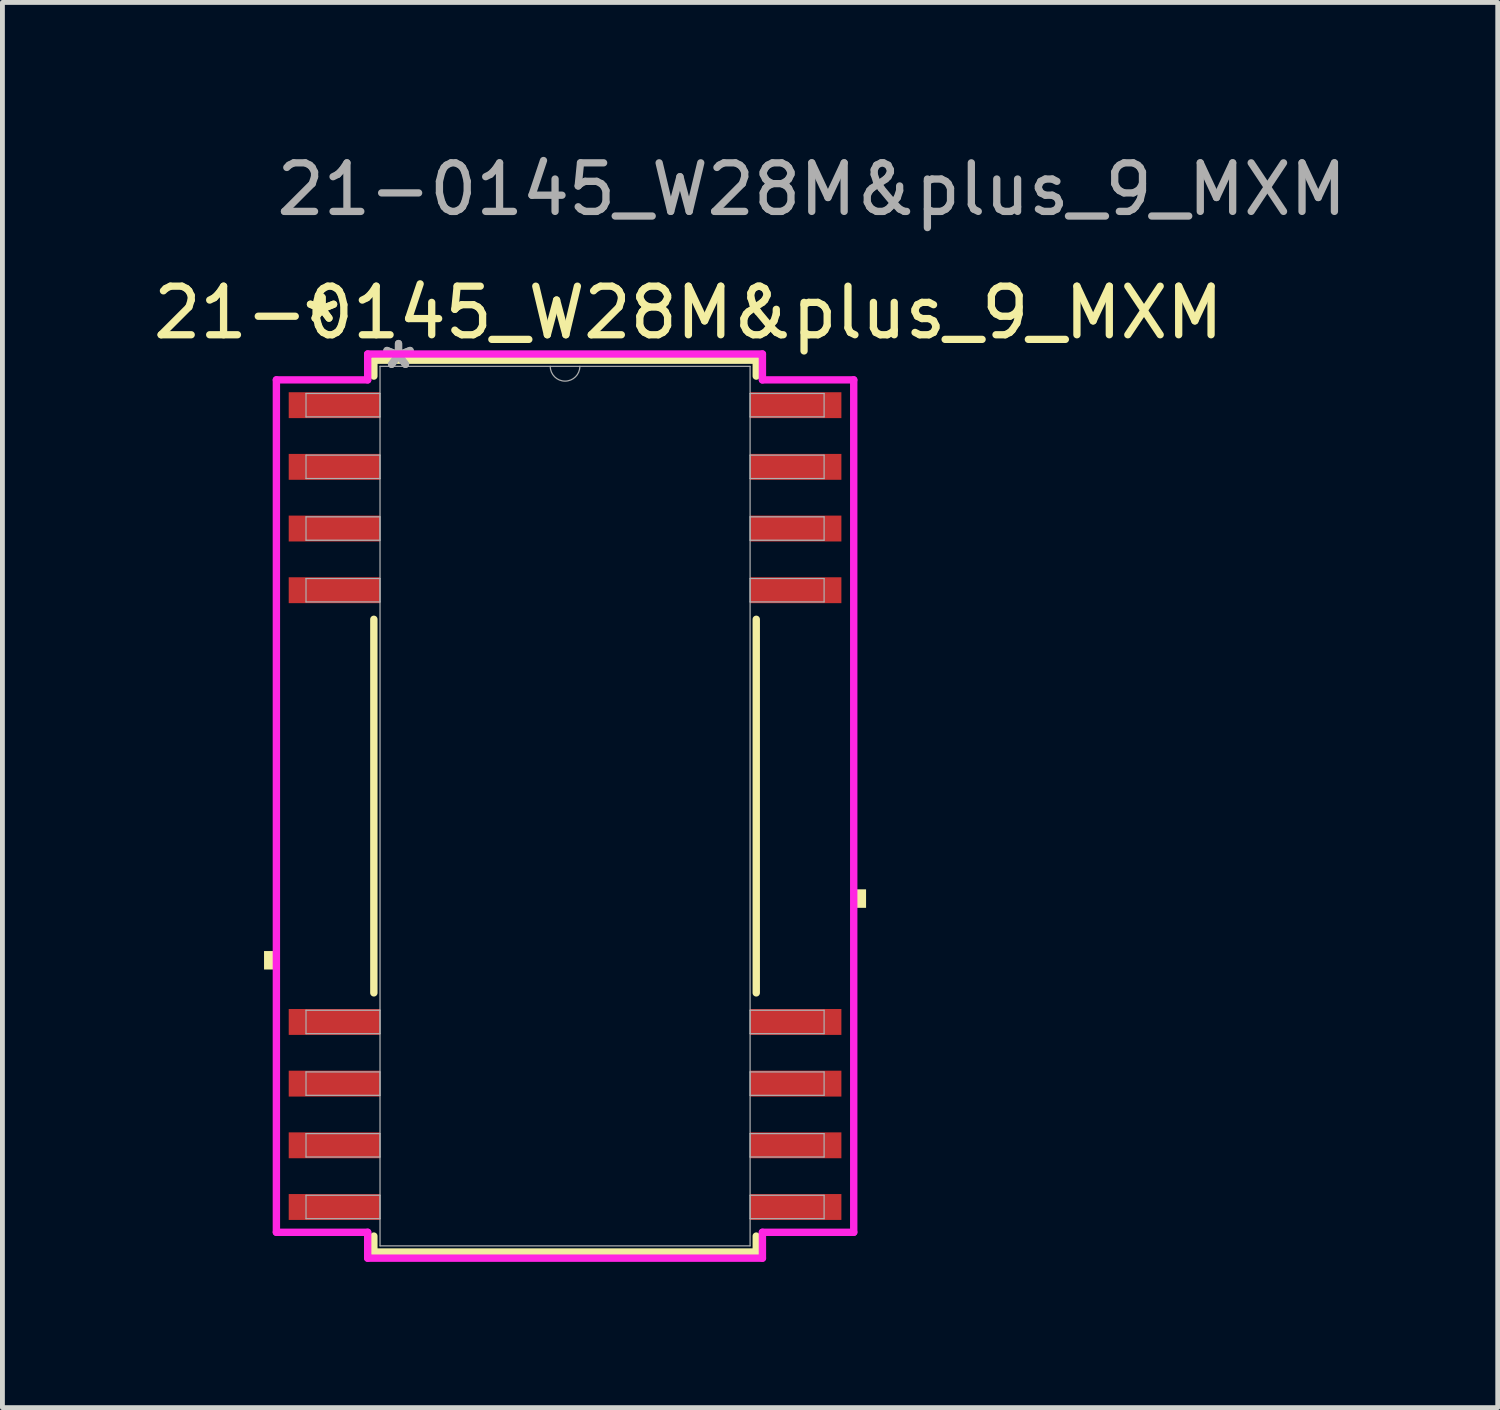
<source format=kicad_pcb>
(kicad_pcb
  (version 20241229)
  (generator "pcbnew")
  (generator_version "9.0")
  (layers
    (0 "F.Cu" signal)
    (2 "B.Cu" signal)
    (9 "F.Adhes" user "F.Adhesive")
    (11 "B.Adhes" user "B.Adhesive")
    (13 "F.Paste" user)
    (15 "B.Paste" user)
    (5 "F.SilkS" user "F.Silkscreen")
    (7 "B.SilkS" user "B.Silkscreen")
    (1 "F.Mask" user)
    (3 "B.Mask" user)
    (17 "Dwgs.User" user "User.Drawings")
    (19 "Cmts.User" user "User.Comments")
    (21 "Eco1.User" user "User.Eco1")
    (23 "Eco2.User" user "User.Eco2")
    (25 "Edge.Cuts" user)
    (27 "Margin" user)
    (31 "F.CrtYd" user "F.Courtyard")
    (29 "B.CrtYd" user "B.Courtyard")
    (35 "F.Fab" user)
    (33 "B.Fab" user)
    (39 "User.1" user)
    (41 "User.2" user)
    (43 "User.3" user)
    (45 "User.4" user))
  (footprint "21-0145_W28M&plus_9_MXM"
    (layer "F.Cu")
    (at 8.585 13.548)
    (property "Reference" "21-0145_W28M&plus_9_MXM" (at 2.54 -10.16 0) (unlocked yes) (layer "F.SilkS") (effects (font (size 1 1) (thickness 0.15))))
    (attr smd)
    (fp_line (start -3.937 -9.182) (end -3.937 -8.854) (stroke (width 0.152) (type solid)) (layer "F.SilkS"))
    (fp_line (start -3.937 -3.846) (end -3.937 3.846) (stroke (width 0.152) (type solid)) (layer "F.SilkS"))
    (fp_line (start -3.937 8.854) (end -3.937 9.182) (stroke (width 0.152) (type solid)) (layer "F.SilkS"))
    (fp_line (start -3.937 9.182) (end 3.937 9.182) (stroke (width 0.152) (type solid)) (layer "F.SilkS"))
    (fp_line (start 3.937 -9.182) (end -3.937 -9.182) (stroke (width 0.152) (type solid)) (layer "F.SilkS"))
    (fp_line (start 3.937 -8.854) (end 3.937 -9.182) (stroke (width 0.152) (type solid)) (layer "F.SilkS"))
    (fp_line (start 3.937 3.846) (end 3.937 -3.846) (stroke (width 0.152) (type solid)) (layer "F.SilkS"))
    (fp_line (start 3.937 9.182) (end 3.937 8.854) (stroke (width 0.152) (type solid)) (layer "F.SilkS"))
    (fp_poly (pts (xy -6.198 2.985) (xy -6.198 3.365) (xy -5.944 3.365) (xy -5.944 2.985)) (stroke (width 0) (type solid)) (fill yes) (layer "F.SilkS"))
    (fp_poly (pts (xy 6.198 1.714) (xy 6.198 2.095) (xy 5.944 2.095) (xy 5.944 1.714)) (stroke (width 0) (type solid)) (fill yes) (layer "F.SilkS"))
    (fp_line (start -5.944 -8.776) (end -4.064 -8.776) (stroke (width 0.152) (type solid)) (layer "F.CrtYd"))
    (fp_line (start -5.944 8.776) (end -5.944 -8.776) (stroke (width 0.152) (type solid)) (layer "F.CrtYd"))
    (fp_line (start -5.944 8.776) (end -4.064 8.776) (stroke (width 0.152) (type solid)) (layer "F.CrtYd"))
    (fp_line (start -4.064 -9.309) (end 4.064 -9.309) (stroke (width 0.152) (type solid)) (layer "F.CrtYd"))
    (fp_line (start -4.064 -8.776) (end -4.064 -9.309) (stroke (width 0.152) (type solid)) (layer "F.CrtYd"))
    (fp_line (start -4.064 9.309) (end -4.064 8.776) (stroke (width 0.152) (type solid)) (layer "F.CrtYd"))
    (fp_line (start 4.064 -9.309) (end 4.064 -8.776) (stroke (width 0.152) (type solid)) (layer "F.CrtYd"))
    (fp_line (start 4.064 8.776) (end 4.064 9.309) (stroke (width 0.152) (type solid)) (layer "F.CrtYd"))
    (fp_line (start 4.064 9.309) (end -4.064 9.309) (stroke (width 0.152) (type solid)) (layer "F.CrtYd"))
    (fp_line (start 5.944 -8.776) (end 4.064 -8.776) (stroke (width 0.152) (type solid)) (layer "F.CrtYd"))
    (fp_line (start 5.944 -8.776) (end 5.944 8.776) (stroke (width 0.152) (type solid)) (layer "F.CrtYd"))
    (fp_line (start 5.944 8.776) (end 4.064 8.776) (stroke (width 0.152) (type solid)) (layer "F.CrtYd"))
    (fp_line (start -5.334 -8.496) (end -5.334 -8.014) (stroke (width 0.025) (type solid)) (layer "F.Fab"))
    (fp_line (start -5.334 -8.014) (end -3.81 -8.014) (stroke (width 0.025) (type solid)) (layer "F.Fab"))
    (fp_line (start -5.334 -7.226) (end -5.334 -6.744) (stroke (width 0.025) (type solid)) (layer "F.Fab"))
    (fp_line (start -5.334 -6.744) (end -3.81 -6.744) (stroke (width 0.025) (type solid)) (layer "F.Fab"))
    (fp_line (start -5.334 -5.956) (end -5.334 -5.474) (stroke (width 0.025) (type solid)) (layer "F.Fab"))
    (fp_line (start -5.334 -5.474) (end -3.81 -5.474) (stroke (width 0.025) (type solid)) (layer "F.Fab"))
    (fp_line (start -5.334 -4.686) (end -5.334 -4.204) (stroke (width 0.025) (type solid)) (layer "F.Fab"))
    (fp_line (start -5.334 -4.204) (end -3.81 -4.204) (stroke (width 0.025) (type solid)) (layer "F.Fab"))
    (fp_line (start -5.334 4.204) (end -5.334 4.686) (stroke (width 0.025) (type solid)) (layer "F.Fab"))
    (fp_line (start -5.334 4.686) (end -3.81 4.686) (stroke (width 0.025) (type solid)) (layer "F.Fab"))
    (fp_line (start -5.334 5.474) (end -5.334 5.956) (stroke (width 0.025) (type solid)) (layer "F.Fab"))
    (fp_line (start -5.334 5.956) (end -3.81 5.956) (stroke (width 0.025) (type solid)) (layer "F.Fab"))
    (fp_line (start -5.334 6.744) (end -5.334 7.226) (stroke (width 0.025) (type solid)) (layer "F.Fab"))
    (fp_line (start -5.334 7.226) (end -3.81 7.226) (stroke (width 0.025) (type solid)) (layer "F.Fab"))
    (fp_line (start -5.334 8.014) (end -5.334 8.496) (stroke (width 0.025) (type solid)) (layer "F.Fab"))
    (fp_line (start -5.334 8.496) (end -3.81 8.496) (stroke (width 0.025) (type solid)) (layer "F.Fab"))
    (fp_line (start -3.81 -9.055) (end -3.81 9.055) (stroke (width 0.025) (type solid)) (layer "F.Fab"))
    (fp_line (start -3.81 -8.496) (end -5.334 -8.496) (stroke (width 0.025) (type solid)) (layer "F.Fab"))
    (fp_line (start -3.81 -8.014) (end -3.81 -8.496) (stroke (width 0.025) (type solid)) (layer "F.Fab"))
    (fp_line (start -3.81 -7.226) (end -5.334 -7.226) (stroke (width 0.025) (type solid)) (layer "F.Fab"))
    (fp_line (start -3.81 -6.744) (end -3.81 -7.226) (stroke (width 0.025) (type solid)) (layer "F.Fab"))
    (fp_line (start -3.81 -5.956) (end -5.334 -5.956) (stroke (width 0.025) (type solid)) (layer "F.Fab"))
    (fp_line (start -3.81 -5.474) (end -3.81 -5.956) (stroke (width 0.025) (type solid)) (layer "F.Fab"))
    (fp_line (start -3.81 -4.686) (end -5.334 -4.686) (stroke (width 0.025) (type solid)) (layer "F.Fab"))
    (fp_line (start -3.81 -4.204) (end -3.81 -4.686) (stroke (width 0.025) (type solid)) (layer "F.Fab"))
    (fp_line (start -3.81 4.204) (end -5.334 4.204) (stroke (width 0.025) (type solid)) (layer "F.Fab"))
    (fp_line (start -3.81 4.686) (end -3.81 4.204) (stroke (width 0.025) (type solid)) (layer "F.Fab"))
    (fp_line (start -3.81 5.474) (end -5.334 5.474) (stroke (width 0.025) (type solid)) (layer "F.Fab"))
    (fp_line (start -3.81 5.956) (end -3.81 5.474) (stroke (width 0.025) (type solid)) (layer "F.Fab"))
    (fp_line (start -3.81 6.744) (end -5.334 6.744) (stroke (width 0.025) (type solid)) (layer "F.Fab"))
    (fp_line (start -3.81 7.226) (end -3.81 6.744) (stroke (width 0.025) (type solid)) (layer "F.Fab"))
    (fp_line (start -3.81 8.014) (end -5.334 8.014) (stroke (width 0.025) (type solid)) (layer "F.Fab"))
    (fp_line (start -3.81 8.496) (end -3.81 8.014) (stroke (width 0.025) (type solid)) (layer "F.Fab"))
    (fp_line (start -3.81 9.055) (end 3.81 9.055) (stroke (width 0.025) (type solid)) (layer "F.Fab"))
    (fp_line (start 3.81 -9.055) (end -3.81 -9.055) (stroke (width 0.025) (type solid)) (layer "F.Fab"))
    (fp_line (start 3.81 -8.496) (end 3.81 -8.014) (stroke (width 0.025) (type solid)) (layer "F.Fab"))
    (fp_line (start 3.81 -8.014) (end 5.334 -8.014) (stroke (width 0.025) (type solid)) (layer "F.Fab"))
    (fp_line (start 3.81 -7.226) (end 3.81 -6.744) (stroke (width 0.025) (type solid)) (layer "F.Fab"))
    (fp_line (start 3.81 -6.744) (end 5.334 -6.744) (stroke (width 0.025) (type solid)) (layer "F.Fab"))
    (fp_line (start 3.81 -5.956) (end 3.81 -5.474) (stroke (width 0.025) (type solid)) (layer "F.Fab"))
    (fp_line (start 3.81 -5.474) (end 5.334 -5.474) (stroke (width 0.025) (type solid)) (layer "F.Fab"))
    (fp_line (start 3.81 -4.686) (end 3.81 -4.204) (stroke (width 0.025) (type solid)) (layer "F.Fab"))
    (fp_line (start 3.81 -4.204) (end 5.334 -4.204) (stroke (width 0.025) (type solid)) (layer "F.Fab"))
    (fp_line (start 3.81 4.204) (end 3.81 4.686) (stroke (width 0.025) (type solid)) (layer "F.Fab"))
    (fp_line (start 3.81 4.686) (end 5.334 4.686) (stroke (width 0.025) (type solid)) (layer "F.Fab"))
    (fp_line (start 3.81 5.474) (end 3.81 5.956) (stroke (width 0.025) (type solid)) (layer "F.Fab"))
    (fp_line (start 3.81 5.956) (end 5.334 5.956) (stroke (width 0.025) (type solid)) (layer "F.Fab"))
    (fp_line (start 3.81 6.744) (end 3.81 7.226) (stroke (width 0.025) (type solid)) (layer "F.Fab"))
    (fp_line (start 3.81 7.226) (end 5.334 7.226) (stroke (width 0.025) (type solid)) (layer "F.Fab"))
    (fp_line (start 3.81 8.014) (end 3.81 8.496) (stroke (width 0.025) (type solid)) (layer "F.Fab"))
    (fp_line (start 3.81 8.496) (end 5.334 8.496) (stroke (width 0.025) (type solid)) (layer "F.Fab"))
    (fp_line (start 3.81 9.055) (end 3.81 -9.055) (stroke (width 0.025) (type solid)) (layer "F.Fab"))
    (fp_line (start 5.334 -8.496) (end 3.81 -8.496) (stroke (width 0.025) (type solid)) (layer "F.Fab"))
    (fp_line (start 5.334 -8.014) (end 5.334 -8.496) (stroke (width 0.025) (type solid)) (layer "F.Fab"))
    (fp_line (start 5.334 -7.226) (end 3.81 -7.226) (stroke (width 0.025) (type solid)) (layer "F.Fab"))
    (fp_line (start 5.334 -6.744) (end 5.334 -7.226) (stroke (width 0.025) (type solid)) (layer "F.Fab"))
    (fp_line (start 5.334 -5.956) (end 3.81 -5.956) (stroke (width 0.025) (type solid)) (layer "F.Fab"))
    (fp_line (start 5.334 -5.474) (end 5.334 -5.956) (stroke (width 0.025) (type solid)) (layer "F.Fab"))
    (fp_line (start 5.334 -4.686) (end 3.81 -4.686) (stroke (width 0.025) (type solid)) (layer "F.Fab"))
    (fp_line (start 5.334 -4.204) (end 5.334 -4.686) (stroke (width 0.025) (type solid)) (layer "F.Fab"))
    (fp_line (start 5.334 4.204) (end 3.81 4.204) (stroke (width 0.025) (type solid)) (layer "F.Fab"))
    (fp_line (start 5.334 4.686) (end 5.334 4.204) (stroke (width 0.025) (type solid)) (layer "F.Fab"))
    (fp_line (start 5.334 5.474) (end 3.81 5.474) (stroke (width 0.025) (type solid)) (layer "F.Fab"))
    (fp_line (start 5.334 5.956) (end 5.334 5.474) (stroke (width 0.025) (type solid)) (layer "F.Fab"))
    (fp_line (start 5.334 6.744) (end 3.81 6.744) (stroke (width 0.025) (type solid)) (layer "F.Fab"))
    (fp_line (start 5.334 7.226) (end 5.334 6.744) (stroke (width 0.025) (type solid)) (layer "F.Fab"))
    (fp_line (start 5.334 8.014) (end 3.81 8.014) (stroke (width 0.025) (type solid)) (layer "F.Fab"))
    (fp_line (start 5.334 8.496) (end 5.334 8.014) (stroke (width 0.025) (type solid)) (layer "F.Fab"))
    (fp_arc (start 0.3048 -9.0551) (mid 0 -8.7503) (end -0.3048 -9.0551) (stroke (width 0.0254) (type solid)) (layer "F.Fab"))
    (fp_text user "*" (at -5.004 -9.931 0) (layer "F.SilkS") (effects (font (size 1 1) (thickness 0.15))))
    (fp_text user "*" (at -5.004 -9.931 0) (unlocked yes) (layer "F.SilkS") (effects (font (size 1 1) (thickness 0.15))))
    (fp_text user "${REFERENCE}" (at 5.08 -12.7 0) (unlocked yes) (layer "F.Fab") (effects (font (size 1 1) (thickness 0.15))))
    (fp_text user "*" (at -3.429 -8.979 0) (unlocked yes) (layer "F.Fab") (effects (font (size 1 1) (thickness 0.15))))
    (fp_text user "*" (at -3.429 -8.979 0) (layer "F.Fab") (effects (font (size 1 1) (thickness 0.15))))
    (pad "1" smd rect (at -4.75 -8.255) (size 1.88 0.533) (layers "F.Cu" "F.Mask" "F.Paste"))
    (pad "2" smd rect (at -4.75 -6.985) (size 1.88 0.533) (layers "F.Cu" "F.Mask" "F.Paste"))
    (pad "3" smd rect (at -4.75 -5.715) (size 1.88 0.533) (layers "F.Cu" "F.Mask" "F.Paste"))
    (pad "4" smd rect (at -4.75 -4.445) (size 1.88 0.533) (layers "F.Cu" "F.Mask" "F.Paste"))
    (pad "11" smd rect (at -4.75 4.445) (size 1.88 0.533) (layers "F.Cu" "F.Mask" "F.Paste"))
    (pad "12" smd rect (at -4.75 5.715) (size 1.88 0.533) (layers "F.Cu" "F.Mask" "F.Paste"))
    (pad "13" smd rect (at -4.75 6.985) (size 1.88 0.533) (layers "F.Cu" "F.Mask" "F.Paste"))
    (pad "14" smd rect (at -4.75 8.255) (size 1.88 0.533) (layers "F.Cu" "F.Mask" "F.Paste"))
    (pad "15" smd rect (at 4.75 8.255) (size 1.88 0.533) (layers "F.Cu" "F.Mask" "F.Paste"))
    (pad "16" smd rect (at 4.75 6.985) (size 1.88 0.533) (layers "F.Cu" "F.Mask" "F.Paste"))
    (pad "17" smd rect (at 4.75 5.715) (size 1.88 0.533) (layers "F.Cu" "F.Mask" "F.Paste"))
    (pad "18" smd rect (at 4.75 4.445) (size 1.88 0.533) (layers "F.Cu" "F.Mask" "F.Paste"))
    (pad "25" smd rect (at 4.75 -4.445) (size 1.88 0.533) (layers "F.Cu" "F.Mask" "F.Paste"))
    (pad "26" smd rect (at 4.75 -5.715) (size 1.88 0.533) (layers "F.Cu" "F.Mask" "F.Paste"))
    (pad "27" smd rect (at 4.75 -6.985) (size 1.88 0.533) (layers "F.Cu" "F.Mask" "F.Paste"))
    (pad "28" smd rect (at 4.75 -8.255) (size 1.88 0.533) (layers "F.Cu" "F.Mask" "F.Paste")))
  (gr_rect
    (start -3 -3)
    (end 27.79 25.934)
    (stroke (width 0.1) (type default))
    (fill no)
    (layer "Edge.Cuts")))
</source>
